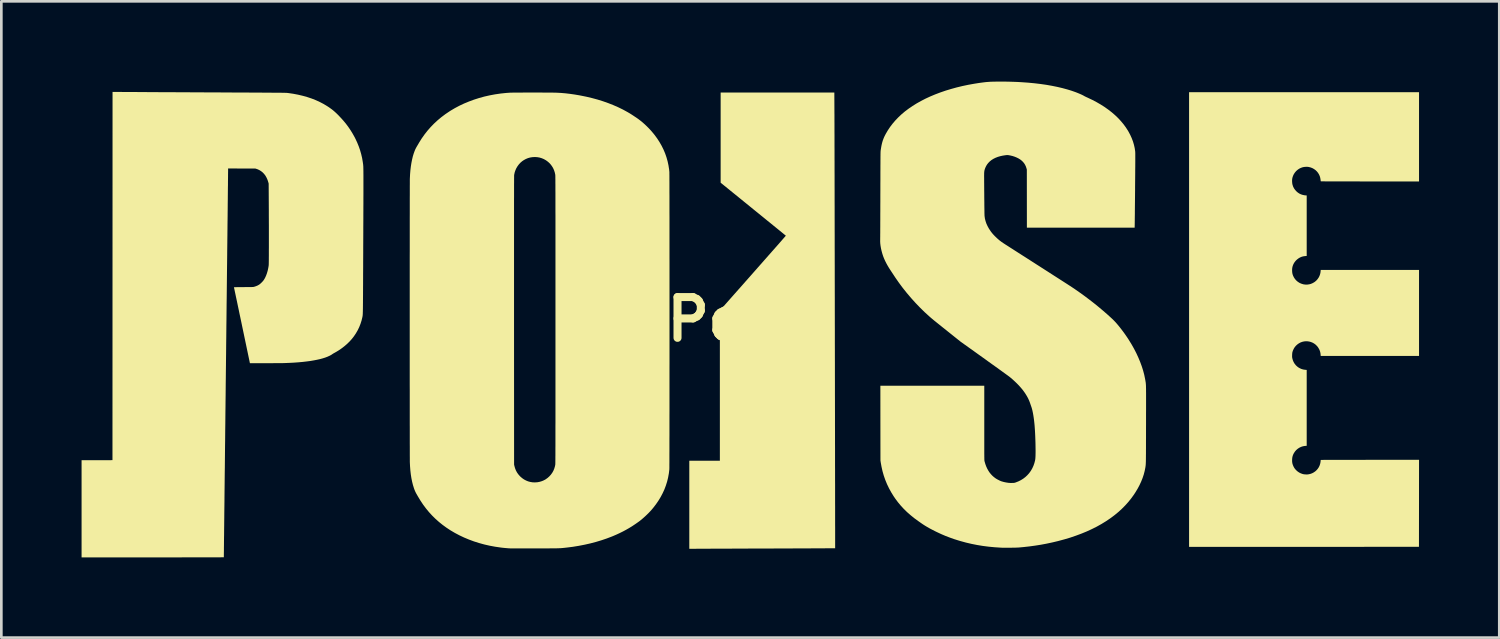
<source format=kicad_pcb>
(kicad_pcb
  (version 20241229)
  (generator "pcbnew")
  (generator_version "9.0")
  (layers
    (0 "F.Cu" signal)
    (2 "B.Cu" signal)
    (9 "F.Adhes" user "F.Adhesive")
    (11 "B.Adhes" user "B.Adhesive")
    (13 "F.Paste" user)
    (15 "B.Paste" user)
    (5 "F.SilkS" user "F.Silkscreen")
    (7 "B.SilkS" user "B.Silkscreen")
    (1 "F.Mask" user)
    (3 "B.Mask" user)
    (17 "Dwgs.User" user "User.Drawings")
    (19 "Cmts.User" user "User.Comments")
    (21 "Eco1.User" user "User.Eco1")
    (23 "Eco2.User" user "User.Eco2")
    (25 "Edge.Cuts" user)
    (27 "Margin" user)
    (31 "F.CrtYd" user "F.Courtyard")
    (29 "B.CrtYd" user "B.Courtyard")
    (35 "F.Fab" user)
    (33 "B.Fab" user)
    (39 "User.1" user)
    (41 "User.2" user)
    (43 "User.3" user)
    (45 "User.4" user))
  (footprint "Poise"
    (layer "F.Cu")
    (at 25.003 8.892)
    (property "Reference" "Poise" (at 0 0 0) (layer "F.SilkS") (effects (font (size 1.524 1.524) (thickness 0.3))))
    (attr board_only exclude_from_pos_files exclude_from_bom)
    (fp_poly (pts (xy 3.145 -7.749) (xy 3.145 -7.712) (xy 3.146 -7.666) (xy 3.146 -7.611) (xy 3.146 -7.549) (xy 3.146 -7.477) (xy 3.146 -7.398) (xy 3.147 -7.311) (xy 3.147 -7.217) (xy 3.147 -7.114) (xy 3.147 -7.005) (xy 3.148 -6.888) (xy 3.148 -6.765) (xy 3.148 -6.635) (xy 3.148 -6.498) (xy 3.149 -6.355) (xy 3.149 -6.206) (xy 3.149 -6.051) (xy 3.15 -5.89) (xy 3.15 -5.723) (xy 3.15 -5.552) (xy 3.151 -5.375) (xy 3.151 -5.193) (xy 3.151 -5.006) (xy 3.152 -4.815) (xy 3.152 -4.619) (xy 3.152 -4.419) (xy 3.153 -4.215) (xy 3.153 -4.007) (xy 3.153 -3.796) (xy 3.154 -3.581) (xy 3.154 -3.363) (xy 3.155 -3.142) (xy 3.155 -2.918) (xy 3.155 -2.692) (xy 3.156 -2.462) (xy 3.156 -2.231) (xy 3.157 -1.998) (xy 3.157 -1.762) (xy 3.157 -1.525) (xy 3.158 -1.286) (xy 3.158 -1.047) (xy 3.159 -0.805) (xy 3.159 -0.563) (xy 3.159 -0.321) (xy 3.16 -0.077) (xy 3.16 0.166) (xy 3.161 0.41) (xy 3.161 0.654) (xy 3.161 0.897) (xy 3.162 1.14) (xy 3.162 1.383) (xy 3.163 1.625) (xy 3.163 1.865) (xy 3.163 2.105) (xy 3.164 2.343) (xy 3.164 2.58) (xy 3.164 2.815) (xy 3.165 3.048) (xy 3.165 3.278) (xy 3.166 3.507) (xy 3.166 3.733) (xy 3.166 3.956) (xy 3.167 4.176) (xy 3.167 4.393) (xy 3.167 4.607) (xy 3.168 4.817) (xy 3.168 5.024) (xy 3.168 5.227) (xy 3.168 5.426) (xy 3.169 5.62) (xy 3.169 5.81) (xy 3.169 5.995) (xy 3.17 6.176) (xy 3.17 6.351) (xy 3.17 6.522) (xy 3.17 6.687) (xy 3.17 6.846) (xy 3.171 6.999) (xy 3.171 7.147) (xy 3.171 7.288) (xy 3.171 7.423) (xy 3.171 7.551) (xy 3.171 7.673) (xy 3.172 7.787) (xy 3.172 7.895) (xy 3.172 7.995) (xy 3.172 8.087) (xy 3.172 8.172) (xy 3.172 8.249) (xy 3.172 8.318) (xy 3.172 8.378) (xy 3.172 8.43) (xy 3.172 8.474) (xy 3.172 8.508) (xy 3.172 8.533) (xy 3.172 8.549) (xy 3.172 8.556) (xy 3.172 8.556) (xy 3.167 8.556) (xy 3.153 8.556) (xy 3.129 8.557) (xy 3.097 8.557) (xy 3.056 8.557) (xy 3.007 8.557) (xy 2.951 8.558) (xy 2.886 8.558) (xy 2.814 8.558) (xy 2.736 8.559) (xy 2.65 8.559) (xy 2.558 8.56) (xy 2.46 8.56) (xy 2.357 8.56) (xy 2.247 8.561) (xy 2.133 8.561) (xy 2.013 8.562) (xy 1.889 8.562) (xy 1.761 8.563) (xy 1.628 8.563) (xy 1.492 8.564) (xy 1.352 8.564) (xy 1.209 8.564) (xy 1.064 8.565) (xy 0.915 8.565) (xy 0.86 8.566) (xy 0.707 8.566) (xy 0.554 8.567) (xy 0.403 8.567) (xy 0.254 8.568) (xy 0.106 8.568) (xy -0.039 8.568) (xy -0.182 8.569) (xy -0.321 8.569) (xy -0.458 8.57) (xy -0.59 8.57) (xy -0.718 8.571) (xy -0.842 8.571) (xy -0.961 8.572) (xy -1.075 8.572) (xy -1.183 8.572) (xy -1.284 8.573) (xy -1.38 8.573) (xy -1.469 8.573) (xy -1.55 8.574) (xy -1.625 8.574) (xy -1.691 8.574) (xy -1.749 8.575) (xy -1.798 8.575) (xy -1.839 8.575) (xy -1.866 8.575) (xy -2.281 8.577) (xy -2.281 5.284) (xy -1.138 5.284) (xy -1.138 -0.332) (xy 0.097 -1.729) (xy 0.185 -1.829) (xy 0.272 -1.928) (xy 0.357 -2.024) (xy 0.44 -2.118) (xy 0.521 -2.21) (xy 0.599 -2.298) (xy 0.674 -2.384) (xy 0.747 -2.466) (xy 0.816 -2.545) (xy 0.882 -2.619) (xy 0.944 -2.69) (xy 1.003 -2.756) (xy 1.057 -2.818) (xy 1.107 -2.875) (xy 1.153 -2.927) (xy 1.193 -2.974) (xy 1.229 -3.015) (xy 1.26 -3.05) (xy 1.285 -3.079) (xy 1.305 -3.102) (xy 1.319 -3.118) (xy 1.327 -3.127) (xy 1.329 -3.13) (xy 1.325 -3.133) (xy 1.314 -3.142) (xy 1.296 -3.157) (xy 1.271 -3.177) (xy 1.24 -3.203) (xy 1.203 -3.233) (xy 1.16 -3.268) (xy 1.111 -3.308) (xy 1.057 -3.352) (xy 0.998 -3.4) (xy 0.934 -3.452) (xy 0.866 -3.507) (xy 0.794 -3.566) (xy 0.718 -3.628) (xy 0.638 -3.692) (xy 0.555 -3.76) (xy 0.469 -3.83) (xy 0.38 -3.902) (xy 0.289 -3.976) (xy 0.195 -4.052) (xy 0.109 -4.122) (xy -1.109 -5.111) (xy -1.109 -8.481) (xy 3.142 -8.481)) (stroke (width 0) (type solid)) (fill yes) (layer "F.SilkS"))
    (fp_poly (pts (xy 25.003 -5.158) (xy 23.165 -5.158) (xy 23.002 -5.158) (xy 22.85 -5.158) (xy 22.706 -5.159) (xy 22.571 -5.159) (xy 22.445 -5.159) (xy 22.327 -5.159) (xy 22.218 -5.159) (xy 22.116 -5.159) (xy 22.022 -5.159) (xy 21.935 -5.159) (xy 21.855 -5.159) (xy 21.782 -5.159) (xy 21.716 -5.16) (xy 21.656 -5.16) (xy 21.602 -5.16) (xy 21.553 -5.16) (xy 21.511 -5.16) (xy 21.473 -5.161) (xy 21.44 -5.161) (xy 21.412 -5.161) (xy 21.389 -5.162) (xy 21.37 -5.162) (xy 21.354 -5.163) (xy 21.342 -5.163) (xy 21.334 -5.164) (xy 21.329 -5.164) (xy 21.327 -5.165) (xy 21.327 -5.165) (xy 21.326 -5.172) (xy 21.325 -5.187) (xy 21.323 -5.206) (xy 21.321 -5.224) (xy 21.309 -5.295) (xy 21.289 -5.362) (xy 21.26 -5.425) (xy 21.224 -5.483) (xy 21.181 -5.535) (xy 21.132 -5.582) (xy 21.076 -5.622) (xy 21.015 -5.656) (xy 20.95 -5.681) (xy 20.88 -5.699) (xy 20.865 -5.701) (xy 20.828 -5.705) (xy 20.784 -5.705) (xy 20.739 -5.703) (xy 20.695 -5.697) (xy 20.657 -5.69) (xy 20.657 -5.69) (xy 20.589 -5.667) (xy 20.525 -5.636) (xy 20.466 -5.596) (xy 20.412 -5.549) (xy 20.405 -5.542) (xy 20.359 -5.487) (xy 20.321 -5.429) (xy 20.292 -5.367) (xy 20.27 -5.301) (xy 20.263 -5.267) (xy 20.258 -5.228) (xy 20.256 -5.184) (xy 20.258 -5.137) (xy 20.262 -5.091) (xy 20.269 -5.049) (xy 20.273 -5.033) (xy 20.296 -4.964) (xy 20.328 -4.901) (xy 20.369 -4.843) (xy 20.411 -4.795) (xy 20.465 -4.747) (xy 20.524 -4.707) (xy 20.588 -4.676) (xy 20.656 -4.654) (xy 20.728 -4.64) (xy 20.759 -4.637) (xy 20.803 -4.634) (xy 20.803 -2.374) (xy 20.788 -2.371) (xy 20.775 -2.37) (xy 20.757 -2.368) (xy 20.736 -2.367) (xy 20.734 -2.366) (xy 20.67 -2.357) (xy 20.608 -2.339) (xy 20.547 -2.312) (xy 20.491 -2.278) (xy 20.438 -2.237) (xy 20.39 -2.19) (xy 20.348 -2.137) (xy 20.313 -2.079) (xy 20.29 -2.027) (xy 20.275 -1.982) (xy 20.265 -1.939) (xy 20.259 -1.894) (xy 20.257 -1.844) (xy 20.258 -1.816) (xy 20.26 -1.774) (xy 20.264 -1.739) (xy 20.27 -1.707) (xy 20.279 -1.675) (xy 20.291 -1.641) (xy 20.292 -1.638) (xy 20.322 -1.576) (xy 20.36 -1.517) (xy 20.405 -1.464) (xy 20.457 -1.417) (xy 20.515 -1.377) (xy 20.554 -1.356) (xy 20.62 -1.329) (xy 20.688 -1.31) (xy 20.757 -1.302) (xy 20.827 -1.302) (xy 20.895 -1.311) (xy 20.962 -1.329) (xy 21.027 -1.357) (xy 21.089 -1.393) (xy 21.113 -1.41) (xy 21.165 -1.455) (xy 21.21 -1.506) (xy 21.249 -1.563) (xy 21.265 -1.592) (xy 21.287 -1.642) (xy 21.304 -1.691) (xy 21.316 -1.744) (xy 21.323 -1.802) (xy 21.324 -1.813) (xy 21.327 -1.85) (xy 25.003 -1.85) (xy 25.003 1.366) (xy 21.327 1.366) (xy 21.324 1.328) (xy 21.318 1.271) (xy 21.308 1.22) (xy 21.293 1.172) (xy 21.273 1.124) (xy 21.262 1.103) (xy 21.226 1.043) (xy 21.183 0.99) (xy 21.135 0.943) (xy 21.081 0.903) (xy 21.024 0.871) (xy 20.963 0.846) (xy 20.899 0.828) (xy 20.834 0.819) (xy 20.768 0.817) (xy 20.701 0.824) (xy 20.636 0.839) (xy 20.571 0.863) (xy 20.51 0.896) (xy 20.451 0.938) (xy 20.398 0.987) (xy 20.353 1.042) (xy 20.316 1.103) (xy 20.286 1.169) (xy 20.27 1.22) (xy 20.265 1.242) (xy 20.262 1.269) (xy 20.259 1.301) (xy 20.258 1.332) (xy 20.257 1.364) (xy 20.257 1.388) (xy 20.258 1.409) (xy 20.26 1.428) (xy 20.264 1.448) (xy 20.266 1.457) (xy 20.285 1.527) (xy 20.313 1.593) (xy 20.349 1.654) (xy 20.393 1.71) (xy 20.443 1.758) (xy 20.493 1.796) (xy 20.549 1.828) (xy 20.608 1.854) (xy 20.668 1.872) (xy 20.727 1.882) (xy 20.728 1.882) (xy 20.749 1.884) (xy 20.769 1.886) (xy 20.783 1.887) (xy 20.803 1.89) (xy 20.803 4.726) (xy 20.759 4.729) (xy 20.708 4.735) (xy 20.662 4.744) (xy 20.617 4.758) (xy 20.589 4.768) (xy 20.525 4.799) (xy 20.466 4.838) (xy 20.413 4.884) (xy 20.366 4.937) (xy 20.327 4.996) (xy 20.304 5.039) (xy 20.286 5.082) (xy 20.273 5.124) (xy 20.264 5.168) (xy 20.259 5.216) (xy 20.258 5.243) (xy 20.257 5.3) (xy 20.262 5.351) (xy 20.271 5.398) (xy 20.286 5.444) (xy 20.307 5.493) (xy 20.309 5.498) (xy 20.33 5.537) (xy 20.353 5.573) (xy 20.381 5.607) (xy 20.405 5.634) (xy 20.458 5.682) (xy 20.517 5.723) (xy 20.58 5.755) (xy 20.647 5.779) (xy 20.657 5.782) (xy 20.695 5.79) (xy 20.739 5.795) (xy 20.784 5.797) (xy 20.827 5.797) (xy 20.865 5.793) (xy 20.865 5.793) (xy 20.936 5.778) (xy 21.003 5.754) (xy 21.064 5.722) (xy 21.121 5.683) (xy 21.172 5.637) (xy 21.216 5.586) (xy 21.254 5.529) (xy 21.284 5.467) (xy 21.306 5.401) (xy 21.32 5.331) (xy 21.321 5.316) (xy 21.323 5.294) (xy 21.325 5.275) (xy 21.326 5.262) (xy 21.327 5.257) (xy 21.328 5.256) (xy 21.332 5.256) (xy 21.339 5.255) (xy 21.349 5.255) (xy 21.363 5.254) (xy 21.381 5.254) (xy 21.403 5.254) (xy 21.429 5.253) (xy 21.46 5.253) (xy 21.496 5.253) (xy 21.537 5.252) (xy 21.583 5.252) (xy 21.635 5.252) (xy 21.693 5.252) (xy 21.757 5.251) (xy 21.828 5.251) (xy 21.905 5.251) (xy 21.989 5.251) (xy 22.081 5.251) (xy 22.18 5.251) (xy 22.286 5.251) (xy 22.401 5.251) (xy 22.524 5.251) (xy 22.655 5.251) (xy 22.796 5.251) (xy 22.945 5.251) (xy 23.104 5.25) (xy 23.165 5.25) (xy 25.003 5.25) (xy 25.002 6.877) (xy 25 8.503) (xy 20.703 8.504) (xy 16.405 8.505) (xy 16.405 -8.496) (xy 25.003 -8.496)) (stroke (width 0) (type solid)) (fill yes) (layer "F.SilkS"))
    (fp_poly (pts (xy -23.42 -8.503) (xy -23.389 -8.503) (xy -23.348 -8.503) (xy -23.299 -8.503) (xy -23.24 -8.502) (xy -23.174 -8.502) (xy -23.099 -8.501) (xy -23.017 -8.501) (xy -22.928 -8.501) (xy -22.831 -8.5) (xy -22.728 -8.499) (xy -22.619 -8.499) (xy -22.504 -8.498) (xy -22.383 -8.498) (xy -22.257 -8.497) (xy -22.126 -8.496) (xy -21.991 -8.496) (xy -21.851 -8.495) (xy -21.708 -8.494) (xy -21.561 -8.494) (xy -21.411 -8.493) (xy -21.258 -8.492) (xy -21.103 -8.492) (xy -20.945 -8.491) (xy -20.786 -8.49) (xy -20.625 -8.489) (xy -20.463 -8.489) (xy -20.387 -8.488) (xy -20.182 -8.487) (xy -19.987 -8.487) (xy -19.801 -8.486) (xy -19.624 -8.485) (xy -19.455 -8.484) (xy -19.296 -8.483) (xy -19.144 -8.483) (xy -19.001 -8.482) (xy -18.866 -8.481) (xy -18.738 -8.481) (xy -18.617 -8.48) (xy -18.504 -8.48) (xy -18.397 -8.479) (xy -18.298 -8.479) (xy -18.205 -8.478) (xy -18.118 -8.478) (xy -18.037 -8.477) (xy -17.962 -8.477) (xy -17.892 -8.476) (xy -17.828 -8.476) (xy -17.769 -8.476) (xy -17.714 -8.475) (xy -17.665 -8.475) (xy -17.619 -8.474) (xy -17.578 -8.474) (xy -17.541 -8.474) (xy -17.508 -8.473) (xy -17.478 -8.473) (xy -17.451 -8.472) (xy -17.428 -8.472) (xy -17.407 -8.472) (xy -17.389 -8.471) (xy -17.373 -8.471) (xy -17.359 -8.47) (xy -17.347 -8.47) (xy -17.337 -8.469) (xy -17.328 -8.469) (xy -17.321 -8.468) (xy -17.314 -8.468) (xy -17.308 -8.467) (xy -17.303 -8.467) (xy -17.298 -8.466) (xy -17.293 -8.466) (xy -17.288 -8.465) (xy -17.287 -8.465) (xy -17.095 -8.437) (xy -16.911 -8.402) (xy -16.733 -8.36) (xy -16.562 -8.312) (xy -16.398 -8.257) (xy -16.241 -8.195) (xy -16.091 -8.126) (xy -15.948 -8.051) (xy -15.812 -7.968) (xy -15.798 -7.96) (xy -15.746 -7.925) (xy -15.697 -7.89) (xy -15.65 -7.856) (xy -15.605 -7.821) (xy -15.56 -7.783) (xy -15.516 -7.744) (xy -15.47 -7.701) (xy -15.422 -7.654) (xy -15.372 -7.602) (xy -15.317 -7.544) (xy -15.258 -7.479) (xy -15.236 -7.455) (xy -15.161 -7.367) (xy -15.085 -7.271) (xy -15.011 -7.169) (xy -14.94 -7.063) (xy -14.873 -6.954) (xy -14.811 -6.844) (xy -14.769 -6.764) (xy -14.701 -6.619) (xy -14.642 -6.474) (xy -14.591 -6.329) (xy -14.549 -6.182) (xy -14.514 -6.033) (xy -14.488 -5.879) (xy -14.474 -5.778) (xy -14.474 -5.769) (xy -14.473 -5.759) (xy -14.472 -5.747) (xy -14.471 -5.734) (xy -14.47 -5.718) (xy -14.469 -5.701) (xy -14.469 -5.681) (xy -14.468 -5.659) (xy -14.468 -5.634) (xy -14.467 -5.606) (xy -14.467 -5.575) (xy -14.466 -5.54) (xy -14.466 -5.501) (xy -14.466 -5.459) (xy -14.465 -5.412) (xy -14.465 -5.361) (xy -14.465 -5.306) (xy -14.465 -5.245) (xy -14.465 -5.18) (xy -14.465 -5.109) (xy -14.465 -5.032) (xy -14.465 -4.95) (xy -14.465 -4.862) (xy -14.465 -4.767) (xy -14.465 -4.666) (xy -14.466 -4.559) (xy -14.466 -4.444) (xy -14.466 -4.323) (xy -14.467 -4.193) (xy -14.467 -4.057) (xy -14.468 -3.912) (xy -14.468 -3.76) (xy -14.469 -3.599) (xy -14.47 -3.429) (xy -14.47 -3.251) (xy -14.471 -3.064) (xy -14.472 -2.867) (xy -14.473 -2.661) (xy -14.473 -2.659) (xy -14.473 -2.475) (xy -14.474 -2.3) (xy -14.475 -2.134) (xy -14.475 -1.977) (xy -14.476 -1.828) (xy -14.477 -1.689) (xy -14.477 -1.557) (xy -14.478 -1.433) (xy -14.478 -1.317) (xy -14.479 -1.208) (xy -14.479 -1.106) (xy -14.48 -1.011) (xy -14.48 -0.923) (xy -14.481 -0.841) (xy -14.481 -0.765) (xy -14.482 -0.695) (xy -14.482 -0.63) (xy -14.483 -0.571) (xy -14.483 -0.517) (xy -14.484 -0.468) (xy -14.484 -0.423) (xy -14.485 -0.382) (xy -14.486 -0.346) (xy -14.486 -0.313) (xy -14.487 -0.284) (xy -14.488 -0.258) (xy -14.488 -0.235) (xy -14.489 -0.215) (xy -14.49 -0.197) (xy -14.491 -0.182) (xy -14.492 -0.168) (xy -14.493 -0.156) (xy -14.494 -0.146) (xy -14.495 -0.136) (xy -14.496 -0.128) (xy -14.497 -0.121) (xy -14.499 -0.113) (xy -14.5 -0.106) (xy -14.502 -0.099) (xy -14.503 -0.092) (xy -14.504 -0.085) (xy -14.535 0.043) (xy -14.575 0.168) (xy -14.623 0.29) (xy -14.681 0.409) (xy -14.747 0.523) (xy -14.821 0.633) (xy -14.895 0.728) (xy -14.98 0.823) (xy -15.074 0.915) (xy -15.175 1.002) (xy -15.283 1.085) (xy -15.396 1.162) (xy -15.515 1.233) (xy -15.555 1.255) (xy -15.579 1.268) (xy -15.603 1.283) (xy -15.625 1.297) (xy -15.635 1.304) (xy -15.65 1.315) (xy -15.672 1.328) (xy -15.698 1.343) (xy -15.725 1.357) (xy -15.732 1.36) (xy -15.808 1.395) (xy -15.893 1.427) (xy -15.988 1.457) (xy -16.091 1.485) (xy -16.204 1.51) (xy -16.325 1.533) (xy -16.454 1.555) (xy -16.592 1.573) (xy -16.738 1.59) (xy -16.892 1.604) (xy -17.054 1.616) (xy -17.223 1.625) (xy -17.4 1.632) (xy -17.406 1.632) (xy -17.43 1.633) (xy -17.464 1.634) (xy -17.506 1.634) (xy -17.555 1.635) (xy -17.61 1.635) (xy -17.671 1.636) (xy -17.737 1.636) (xy -17.807 1.636) (xy -17.88 1.637) (xy -17.955 1.637) (xy -18.031 1.637) (xy -18.109 1.637) (xy -18.132 1.637) (xy -18.709 1.637) (xy -19.006 0.222) (xy -19.03 0.106) (xy -19.054 -0.007) (xy -19.077 -0.117) (xy -19.1 -0.223) (xy -19.121 -0.327) (xy -19.142 -0.426) (xy -19.162 -0.521) (xy -19.181 -0.612) (xy -19.199 -0.697) (xy -19.216 -0.777) (xy -19.232 -0.851) (xy -19.246 -0.92) (xy -19.259 -0.981) (xy -19.271 -1.036) (xy -19.281 -1.084) (xy -19.289 -1.124) (xy -19.296 -1.155) (xy -19.301 -1.179) (xy -19.304 -1.194) (xy -19.306 -1.2) (xy -19.306 -1.2) (xy -19.304 -1.201) (xy -19.298 -1.202) (xy -19.287 -1.203) (xy -19.27 -1.204) (xy -19.247 -1.204) (xy -19.218 -1.205) (xy -19.182 -1.206) (xy -19.138 -1.206) (xy -19.086 -1.207) (xy -19.026 -1.207) (xy -18.956 -1.207) (xy -18.95 -1.207) (xy -18.883 -1.208) (xy -18.824 -1.208) (xy -18.774 -1.208) (xy -18.731 -1.209) (xy -18.695 -1.209) (xy -18.665 -1.209) (xy -18.641 -1.21) (xy -18.621 -1.211) (xy -18.605 -1.211) (xy -18.592 -1.212) (xy -18.581 -1.213) (xy -18.572 -1.215) (xy -18.564 -1.217) (xy -18.556 -1.218) (xy -18.549 -1.22) (xy -18.487 -1.24) (xy -18.428 -1.264) (xy -18.375 -1.293) (xy -18.374 -1.294) (xy -18.343 -1.315) (xy -18.31 -1.343) (xy -18.276 -1.375) (xy -18.243 -1.409) (xy -18.213 -1.443) (xy -18.189 -1.476) (xy -18.188 -1.477) (xy -18.145 -1.549) (xy -18.108 -1.629) (xy -18.075 -1.717) (xy -18.047 -1.812) (xy -18.024 -1.916) (xy -18.01 -1.996) (xy -18.009 -2.004) (xy -18.008 -2.013) (xy -18.007 -2.024) (xy -18.006 -2.036) (xy -18.005 -2.051) (xy -18.005 -2.069) (xy -18.004 -2.09) (xy -18.004 -2.115) (xy -18.003 -2.144) (xy -18.003 -2.178) (xy -18.002 -2.218) (xy -18.002 -2.263) (xy -18.002 -2.315) (xy -18.001 -2.374) (xy -18.001 -2.44) (xy -18.001 -2.514) (xy -18.001 -2.596) (xy -18 -2.687) (xy -18 -2.751) (xy -18 -2.841) (xy -18 -2.939) (xy -18 -3.045) (xy -18 -3.156) (xy -18 -3.272) (xy -18 -3.391) (xy -18 -3.512) (xy -18.001 -3.634) (xy -18.001 -3.755) (xy -18.002 -3.875) (xy -18.002 -3.991) (xy -18.002 -4.103) (xy -18.003 -4.21) (xy -18.003 -4.265) (xy -18.008 -5.079) (xy -18.02 -5.122) (xy -18.04 -5.187) (xy -18.062 -5.245) (xy -18.088 -5.301) (xy -18.092 -5.309) (xy -18.132 -5.379) (xy -18.18 -5.441) (xy -18.233 -5.496) (xy -18.292 -5.543) (xy -18.357 -5.583) (xy -18.427 -5.615) (xy -18.463 -5.627) (xy -18.505 -5.64) (xy -19.525 -5.643) (xy -19.525 -5.587) (xy -19.525 -5.578) (xy -19.525 -5.56) (xy -19.525 -5.534) (xy -19.526 -5.498) (xy -19.526 -5.454) (xy -19.527 -5.401) (xy -19.527 -5.341) (xy -19.528 -5.273) (xy -19.529 -5.198) (xy -19.53 -5.116) (xy -19.53 -5.027) (xy -19.532 -4.932) (xy -19.533 -4.831) (xy -19.534 -4.724) (xy -19.535 -4.612) (xy -19.536 -4.494) (xy -19.538 -4.371) (xy -19.539 -4.244) (xy -19.54 -4.113) (xy -19.542 -3.978) (xy -19.543 -3.839) (xy -19.545 -3.696) (xy -19.547 -3.551) (xy -19.548 -3.402) (xy -19.55 -3.252) (xy -19.551 -3.13) (xy -19.553 -2.995) (xy -19.554 -2.854) (xy -19.556 -2.708) (xy -19.558 -2.556) (xy -19.559 -2.399) (xy -19.561 -2.237) (xy -19.563 -2.07) (xy -19.565 -1.899) (xy -19.567 -1.723) (xy -19.569 -1.543) (xy -19.571 -1.359) (xy -19.573 -1.171) (xy -19.575 -0.979) (xy -19.577 -0.785) (xy -19.58 -0.587) (xy -19.582 -0.386) (xy -19.584 -0.183) (xy -19.586 0.023) (xy -19.589 0.232) (xy -19.591 0.442) (xy -19.593 0.654) (xy -19.596 0.868) (xy -19.598 1.083) (xy -19.6 1.299) (xy -19.603 1.516) (xy -19.605 1.734) (xy -19.608 1.953) (xy -19.61 2.172) (xy -19.613 2.391) (xy -19.615 2.61) (xy -19.617 2.828) (xy -19.62 3.046) (xy -19.622 3.264) (xy -19.625 3.48) (xy -19.627 3.695) (xy -19.629 3.909) (xy -19.632 4.122) (xy -19.634 4.332) (xy -19.636 4.54) (xy -19.639 4.747) (xy -19.641 4.95) (xy -19.643 5.151) (xy -19.645 5.349) (xy -19.647 5.545) (xy -19.65 5.736) (xy -19.652 5.925) (xy -19.654 6.109) (xy -19.656 6.29) (xy -19.658 6.466) (xy -19.66 6.638) (xy -19.661 6.805) (xy -19.663 6.968) (xy -19.665 7.125) (xy -19.667 7.278) (xy -19.668 7.425) (xy -19.67 7.566) (xy -19.671 7.701) (xy -19.673 7.83) (xy -19.674 7.953) (xy -19.675 8.069) (xy -19.677 8.179) (xy -19.678 8.282) (xy -19.679 8.377) (xy -19.68 8.465) (xy -19.681 8.546) (xy -19.681 8.618) (xy -19.682 8.683) (xy -19.683 8.739) (xy -19.683 8.787) (xy -19.684 8.827) (xy -19.684 8.857) (xy -19.684 8.878) (xy -19.684 8.89) (xy -19.685 8.893) (xy -19.689 8.893) (xy -19.704 8.894) (xy -19.728 8.894) (xy -19.762 8.894) (xy -19.805 8.895) (xy -19.857 8.895) (xy -19.919 8.895) (xy -19.991 8.896) (xy -20.071 8.896) (xy -20.161 8.896) (xy -20.261 8.896) (xy -20.369 8.897) (xy -20.487 8.897) (xy -20.613 8.897) (xy -20.749 8.897) (xy -20.894 8.897) (xy -21.048 8.897) (xy -21.21 8.897) (xy -21.382 8.898) (xy -21.562 8.898) (xy -21.751 8.898) (xy -21.949 8.898) (xy -22.156 8.898) (xy -22.344 8.898) (xy -25.003 8.898) (xy -25.003 5.265) (xy -24.425 5.264) (xy -23.848 5.263) (xy -23.845 -8.506)) (stroke (width 0) (type solid)) (fill yes) (layer "F.SilkS"))
    (fp_poly (pts (xy -8.016 -8.481) (xy -7.934 -8.481) (xy -7.853 -8.481) (xy -7.774 -8.481) (xy -7.699 -8.48) (xy -7.626 -8.48) (xy -7.558 -8.48) (xy -7.494 -8.479) (xy -7.436 -8.479) (xy -7.383 -8.479) (xy -7.338 -8.478) (xy -7.299 -8.478) (xy -7.269 -8.477) (xy -7.248 -8.476) (xy -7.089 -8.468) (xy -6.923 -8.454) (xy -6.751 -8.434) (xy -6.575 -8.409) (xy -6.396 -8.379) (xy -6.214 -8.343) (xy -6.122 -8.324) (xy -5.912 -8.274) (xy -5.706 -8.218) (xy -5.505 -8.155) (xy -5.31 -8.086) (xy -5.12 -8.011) (xy -4.937 -7.931) (xy -4.761 -7.845) (xy -4.593 -7.753) (xy -4.524 -7.713) (xy -4.496 -7.696) (xy -4.461 -7.674) (xy -4.423 -7.65) (xy -4.382 -7.623) (xy -4.34 -7.595) (xy -4.299 -7.568) (xy -4.26 -7.542) (xy -4.225 -7.518) (xy -4.197 -7.498) (xy -4.187 -7.491) (xy -4.09 -7.417) (xy -3.992 -7.334) (xy -3.895 -7.245) (xy -3.8 -7.151) (xy -3.71 -7.054) (xy -3.626 -6.955) (xy -3.581 -6.899) (xy -3.483 -6.766) (xy -3.395 -6.63) (xy -3.316 -6.492) (xy -3.246 -6.351) (xy -3.185 -6.207) (xy -3.134 -6.06) (xy -3.092 -5.91) (xy -3.059 -5.757) (xy -3.035 -5.602) (xy -3.027 -5.519) (xy -3.026 -5.511) (xy -3.026 -5.494) (xy -3.026 -5.467) (xy -3.026 -5.432) (xy -3.025 -5.387) (xy -3.025 -5.335) (xy -3.025 -5.274) (xy -3.025 -5.204) (xy -3.024 -5.127) (xy -3.024 -5.043) (xy -3.024 -4.951) (xy -3.024 -4.852) (xy -3.024 -4.746) (xy -3.023 -4.634) (xy -3.023 -4.515) (xy -3.023 -4.39) (xy -3.023 -4.26) (xy -3.023 -4.123) (xy -3.023 -3.981) (xy -3.022 -3.834) (xy -3.022 -3.682) (xy -3.022 -3.525) (xy -3.022 -3.364) (xy -3.022 -3.198) (xy -3.022 -3.029) (xy -3.022 -2.855) (xy -3.022 -2.678) (xy -3.022 -2.498) (xy -3.022 -2.315) (xy -3.021 -2.129) (xy -3.021 -1.94) (xy -3.021 -1.749) (xy -3.021 -1.556) (xy -3.021 -1.36) (xy -3.021 -1.164) (xy -3.021 -0.965) (xy -3.021 -0.766) (xy -3.021 -0.566) (xy -3.021 -0.365) (xy -3.021 -0.163) (xy -3.021 0.039) (xy -3.021 0.241) (xy -3.021 0.442) (xy -3.021 0.643) (xy -3.021 0.844) (xy -3.021 1.043) (xy -3.021 1.241) (xy -3.021 1.438) (xy -3.021 1.634) (xy -3.022 1.827) (xy -3.022 2.018) (xy -3.022 2.207) (xy -3.022 2.393) (xy -3.022 2.577) (xy -3.022 2.757) (xy -3.022 2.934) (xy -3.022 3.108) (xy -3.022 3.277) (xy -3.022 3.443) (xy -3.023 3.605) (xy -3.023 3.762) (xy -3.023 3.914) (xy -3.023 4.061) (xy -3.023 4.204) (xy -3.023 4.34) (xy -3.024 4.472) (xy -3.024 4.597) (xy -3.024 4.716) (xy -3.024 4.828) (xy -3.024 4.935) (xy -3.025 5.034) (xy -3.025 5.126) (xy -3.025 5.211) (xy -3.025 5.288) (xy -3.025 5.358) (xy -3.026 5.419) (xy -3.026 5.472) (xy -3.026 5.517) (xy -3.026 5.553) (xy -3.027 5.58) (xy -3.027 5.598) (xy -3.027 5.606) (xy -3.027 5.607) (xy -3.046 5.763) (xy -3.074 5.916) (xy -3.111 6.067) (xy -3.158 6.215) (xy -3.213 6.36) (xy -3.279 6.503) (xy -3.353 6.643) (xy -3.437 6.781) (xy -3.53 6.916) (xy -3.632 7.048) (xy -3.697 7.125) (xy -3.745 7.178) (xy -3.799 7.235) (xy -3.858 7.293) (xy -3.92 7.352) (xy -3.983 7.409) (xy -4.046 7.464) (xy -4.106 7.513) (xy -4.127 7.53) (xy -4.152 7.549) (xy -4.184 7.572) (xy -4.221 7.598) (xy -4.261 7.626) (xy -4.303 7.655) (xy -4.346 7.684) (xy -4.388 7.712) (xy -4.427 7.738) (xy -4.434 7.742) (xy -4.536 7.804) (xy -4.646 7.867) (xy -4.762 7.929) (xy -4.883 7.989) (xy -5.006 8.046) (xy -5.129 8.099) (xy -5.183 8.121) (xy -5.373 8.193) (xy -5.571 8.26) (xy -5.774 8.321) (xy -5.984 8.376) (xy -6.197 8.424) (xy -6.414 8.466) (xy -6.633 8.502) (xy -6.854 8.53) (xy -6.89 8.534) (xy -6.919 8.537) (xy -6.946 8.54) (xy -6.97 8.543) (xy -6.994 8.545) (xy -7.016 8.547) (xy -7.038 8.549) (xy -7.06 8.551) (xy -7.083 8.553) (xy -7.107 8.554) (xy -7.132 8.555) (xy -7.16 8.556) (xy -7.19 8.557) (xy -7.223 8.558) (xy -7.26 8.559) (xy -7.3 8.559) (xy -7.346 8.56) (xy -7.396 8.56) (xy -7.452 8.56) (xy -7.515 8.561) (xy -7.583 8.561) (xy -7.659 8.561) (xy -7.742 8.561) (xy -7.834 8.561) (xy -7.934 8.561) (xy -8.043 8.561) (xy -8.069 8.561) (xy -8.163 8.561) (xy -8.254 8.561) (xy -8.342 8.561) (xy -8.426 8.561) (xy -8.507 8.561) (xy -8.584 8.561) (xy -8.656 8.561) (xy -8.722 8.561) (xy -8.783 8.561) (xy -8.837 8.561) (xy -8.884 8.561) (xy -8.925 8.561) (xy -8.957 8.561) (xy -8.981 8.561) (xy -8.996 8.56) (xy -9.002 8.56) (xy -9.04 8.558) (xy -9.085 8.554) (xy -9.136 8.55) (xy -9.189 8.545) (xy -9.242 8.54) (xy -9.293 8.534) (xy -9.334 8.529) (xy -9.541 8.499) (xy -9.745 8.461) (xy -9.946 8.415) (xy -10.142 8.361) (xy -10.334 8.3) (xy -10.52 8.231) (xy -10.702 8.155) (xy -10.878 8.072) (xy -11.048 7.982) (xy -11.211 7.886) (xy -11.358 7.789) (xy -11.504 7.683) (xy -11.642 7.572) (xy -11.773 7.455) (xy -11.897 7.333) (xy -12.015 7.204) (xy -12.126 7.069) (xy -12.232 6.927) (xy -12.332 6.777) (xy -12.428 6.618) (xy -12.444 6.59) (xy -12.458 6.566) (xy -12.473 6.539) (xy -12.487 6.515) (xy -12.489 6.513) (xy -12.511 6.47) (xy -12.535 6.419) (xy -12.558 6.363) (xy -12.577 6.309) (xy -12.613 6.193) (xy -12.644 6.07) (xy -12.671 5.938) (xy -12.693 5.798) (xy -12.71 5.65) (xy -12.722 5.494) (xy -12.729 5.357) (xy -12.729 5.346) (xy -12.73 5.325) (xy -12.73 5.294) (xy -12.73 5.255) (xy -12.73 5.208) (xy -12.73 5.151) (xy -12.731 5.087) (xy -12.731 5.014) (xy -12.731 4.934) (xy -12.731 4.846) (xy -12.731 4.752) (xy -12.732 4.65) (xy -12.732 4.541) (xy -12.732 4.426) (xy -12.732 4.305) (xy -12.732 4.177) (xy -12.732 4.044) (xy -12.733 3.905) (xy -12.733 3.761) (xy -12.733 3.612) (xy -12.733 3.458) (xy -12.733 3.3) (xy -12.733 3.138) (xy -12.733 2.971) (xy -12.733 2.8) (xy -12.733 2.626) (xy -12.734 2.449) (xy -12.734 2.269) (xy -12.734 2.085) (xy -12.734 1.899) (xy -12.734 1.711) (xy -12.734 1.521) (xy -12.734 1.329) (xy -12.734 1.135) (xy -12.734 0.94) (xy -12.734 0.744) (xy -12.734 0.547) (xy -12.734 0.349) (xy -12.734 0.151) (xy -12.734 -0.047) (xy -12.734 -0.245) (xy -12.734 -0.443) (xy -12.734 -0.64) (xy -12.734 -0.836) (xy -12.734 -1.032) (xy -12.734 -1.226) (xy -12.734 -1.418) (xy -12.734 -1.608) (xy -12.734 -1.797) (xy -12.734 -1.983) (xy -12.734 -2.166) (xy -12.734 -2.347) (xy -12.733 -2.524) (xy -12.733 -2.684) (xy -8.834 -2.684) (xy -8.834 -2.483) (xy -8.834 -2.273) (xy -8.834 -2.055) (xy -8.834 -1.828) (xy -8.834 -1.592) (xy -8.834 -1.348) (xy -8.834 -1.094) (xy -8.834 -0.831) (xy -8.834 -0.559) (xy -8.834 -0.278) (xy -8.834 0.014) (xy -8.834 0.036) (xy -8.832 5.427) (xy -8.821 5.476) (xy -8.797 5.562) (xy -8.766 5.642) (xy -8.727 5.716) (xy -8.68 5.785) (xy -8.625 5.849) (xy -8.599 5.876) (xy -8.533 5.933) (xy -8.462 5.983) (xy -8.387 6.023) (xy -8.309 6.055) (xy -8.228 6.077) (xy -8.144 6.091) (xy -8.058 6.095) (xy -7.97 6.089) (xy -7.958 6.088) (xy -7.887 6.075) (xy -7.815 6.055) (xy -7.747 6.029) (xy -7.683 5.997) (xy -7.653 5.98) (xy -7.579 5.927) (xy -7.514 5.869) (xy -7.456 5.805) (xy -7.406 5.736) (xy -7.364 5.662) (xy -7.331 5.583) (xy -7.306 5.5) (xy -7.292 5.433) (xy -7.292 5.43) (xy -7.292 5.426) (xy -7.291 5.42) (xy -7.291 5.413) (xy -7.291 5.403) (xy -7.29 5.392) (xy -7.29 5.379) (xy -7.29 5.363) (xy -7.289 5.345) (xy -7.289 5.324) (xy -7.289 5.301) (xy -7.289 5.274) (xy -7.288 5.245) (xy -7.288 5.212) (xy -7.288 5.175) (xy -7.288 5.136) (xy -7.287 5.092) (xy -7.287 5.044) (xy -7.287 4.992) (xy -7.287 4.936) (xy -7.287 4.875) (xy -7.287 4.81) (xy -7.286 4.74) (xy -7.286 4.665) (xy -7.286 4.585) (xy -7.286 4.5) (xy -7.286 4.409) (xy -7.286 4.313) (xy -7.286 4.211) (xy -7.286 4.102) (xy -7.286 3.988) (xy -7.285 3.868) (xy -7.285 3.741) (xy -7.285 3.607) (xy -7.285 3.467) (xy -7.285 3.32) (xy -7.285 3.165) (xy -7.285 3.004) (xy -7.285 2.834) (xy -7.285 2.658) (xy -7.285 2.473) (xy -7.285 2.281) (xy -7.285 2.08) (xy -7.285 1.872) (xy -7.285 1.654) (xy -7.285 1.428) (xy -7.285 1.194) (xy -7.285 0.95) (xy -7.285 0.698) (xy -7.285 0.436) (xy -7.285 0.165) (xy -7.285 0.012) (xy -7.285 -0.264) (xy -7.285 -0.531) (xy -7.285 -0.789) (xy -7.285 -1.037) (xy -7.285 -1.277) (xy -7.285 -1.507) (xy -7.285 -1.729) (xy -7.285 -1.943) (xy -7.285 -2.148) (xy -7.285 -2.345) (xy -7.285 -2.533) (xy -7.285 -2.714) (xy -7.285 -2.887) (xy -7.285 -3.053) (xy -7.285 -3.211) (xy -7.285 -3.363) (xy -7.285 -3.507) (xy -7.285 -3.644) (xy -7.285 -3.774) (xy -7.285 -3.898) (xy -7.286 -4.016) (xy -7.286 -4.127) (xy -7.286 -4.233) (xy -7.286 -4.332) (xy -7.286 -4.426) (xy -7.286 -4.514) (xy -7.286 -4.597) (xy -7.286 -4.675) (xy -7.286 -4.748) (xy -7.287 -4.816) (xy -7.287 -4.879) (xy -7.287 -4.937) (xy -7.287 -4.991) (xy -7.287 -5.041) (xy -7.288 -5.087) (xy -7.288 -5.129) (xy -7.288 -5.168) (xy -7.288 -5.202) (xy -7.288 -5.234) (xy -7.289 -5.262) (xy -7.289 -5.287) (xy -7.289 -5.309) (xy -7.289 -5.329) (xy -7.29 -5.346) (xy -7.29 -5.361) (xy -7.29 -5.373) (xy -7.291 -5.383) (xy -7.291 -5.392) (xy -7.291 -5.399) (xy -7.292 -5.404) (xy -7.292 -5.408) (xy -7.292 -5.409) (xy -7.311 -5.496) (xy -7.338 -5.579) (xy -7.373 -5.657) (xy -7.417 -5.73) (xy -7.468 -5.798) (xy -7.527 -5.86) (xy -7.593 -5.915) (xy -7.641 -5.949) (xy -7.716 -5.992) (xy -7.794 -6.025) (xy -7.875 -6.05) (xy -7.959 -6.065) (xy -8.047 -6.071) (xy -8.06 -6.071) (xy -8.148 -6.066) (xy -8.232 -6.053) (xy -8.314 -6.03) (xy -8.393 -5.997) (xy -8.468 -5.956) (xy -8.53 -5.914) (xy -8.593 -5.86) (xy -8.651 -5.798) (xy -8.701 -5.731) (xy -8.745 -5.659) (xy -8.78 -5.582) (xy -8.808 -5.502) (xy -8.826 -5.419) (xy -8.83 -5.396) (xy -8.83 -5.391) (xy -8.83 -5.382) (xy -8.831 -5.368) (xy -8.831 -5.348) (xy -8.831 -5.324) (xy -8.831 -5.294) (xy -8.832 -5.259) (xy -8.832 -5.218) (xy -8.832 -5.172) (xy -8.832 -5.12) (xy -8.833 -5.062) (xy -8.833 -4.999) (xy -8.833 -4.929) (xy -8.833 -4.852) (xy -8.833 -4.77) (xy -8.833 -4.681) (xy -8.833 -4.585) (xy -8.834 -4.483) (xy -8.834 -4.373) (xy -8.834 -4.257) (xy -8.834 -4.134) (xy -8.834 -4.003) (xy -8.834 -3.865) (xy -8.834 -3.72) (xy -8.834 -3.567) (xy -8.834 -3.406) (xy -8.834 -3.238) (xy -8.834 -3.061) (xy -8.834 -2.877) (xy -8.834 -2.684) (xy -12.733 -2.684) (xy -12.733 -2.699) (xy -12.733 -2.87) (xy -12.733 -3.037) (xy -12.733 -3.2) (xy -12.733 -3.358) (xy -12.733 -3.512) (xy -12.733 -3.662) (xy -12.733 -3.806) (xy -12.732 -3.945) (xy -12.732 -4.079) (xy -12.732 -4.207) (xy -12.732 -4.329) (xy -12.732 -4.445) (xy -12.732 -4.554) (xy -12.731 -4.656) (xy -12.731 -4.752) (xy -12.731 -4.84) (xy -12.731 -4.921) (xy -12.731 -4.994) (xy -12.73 -5.059) (xy -12.73 -5.116) (xy -12.73 -5.164) (xy -12.73 -5.204) (xy -12.73 -5.235) (xy -12.729 -5.257) (xy -12.729 -5.269) (xy -12.729 -5.27) (xy -12.721 -5.426) (xy -12.709 -5.575) (xy -12.692 -5.716) (xy -12.671 -5.85) (xy -12.646 -5.976) (xy -12.618 -6.094) (xy -12.585 -6.203) (xy -12.548 -6.304) (xy -12.523 -6.363) (xy -12.517 -6.375) (xy -12.51 -6.389) (xy -12.502 -6.404) (xy -12.492 -6.423) (xy -12.479 -6.447) (xy -12.462 -6.475) (xy -12.443 -6.508) (xy -12.419 -6.548) (xy -12.391 -6.596) (xy -12.385 -6.607) (xy -12.288 -6.762) (xy -12.184 -6.91) (xy -12.072 -7.053) (xy -11.952 -7.19) (xy -11.825 -7.321) (xy -11.691 -7.445) (xy -11.549 -7.563) (xy -11.4 -7.675) (xy -11.244 -7.78) (xy -11.21 -7.802) (xy -11.046 -7.899) (xy -10.877 -7.989) (xy -10.701 -8.072) (xy -10.519 -8.147) (xy -10.332 -8.216) (xy -10.141 -8.277) (xy -9.946 -8.331) (xy -9.748 -8.376) (xy -9.546 -8.414) (xy -9.342 -8.444) (xy -9.136 -8.466) (xy -8.993 -8.476) (xy -8.977 -8.477) (xy -8.951 -8.477) (xy -8.918 -8.478) (xy -8.876 -8.479) (xy -8.828 -8.479) (xy -8.773 -8.479) (xy -8.713 -8.48) (xy -8.647 -8.48) (xy -8.577 -8.48) (xy -8.503 -8.481) (xy -8.426 -8.481) (xy -8.346 -8.481) (xy -8.265 -8.481) (xy -8.182 -8.481) (xy -8.099 -8.481)) (stroke (width 0) (type solid)) (fill yes) (layer "F.SilkS"))
    (fp_poly (pts (xy 9.514 -8.891) (xy 9.677 -8.888) (xy 9.84 -8.883) (xy 10 -8.877) (xy 10.152 -8.868) (xy 10.391 -8.851) (xy 10.622 -8.829) (xy 10.847 -8.802) (xy 11.065 -8.771) (xy 11.275 -8.734) (xy 11.478 -8.693) (xy 11.673 -8.647) (xy 11.86 -8.596) (xy 11.991 -8.556) (xy 12.05 -8.536) (xy 12.11 -8.515) (xy 12.171 -8.493) (xy 12.23 -8.47) (xy 12.288 -8.446) (xy 12.342 -8.423) (xy 12.391 -8.401) (xy 12.434 -8.38) (xy 12.471 -8.36) (xy 12.493 -8.347) (xy 12.503 -8.342) (xy 12.52 -8.333) (xy 12.543 -8.322) (xy 12.57 -8.309) (xy 12.6 -8.296) (xy 12.614 -8.289) (xy 12.783 -8.209) (xy 12.945 -8.124) (xy 13.099 -8.035) (xy 13.246 -7.941) (xy 13.385 -7.843) (xy 13.515 -7.742) (xy 13.638 -7.636) (xy 13.752 -7.527) (xy 13.857 -7.413) (xy 13.954 -7.297) (xy 14.042 -7.177) (xy 14.121 -7.054) (xy 14.138 -7.024) (xy 14.204 -6.901) (xy 14.26 -6.778) (xy 14.307 -6.654) (xy 14.344 -6.529) (xy 14.372 -6.405) (xy 14.389 -6.292) (xy 14.39 -6.284) (xy 14.39 -6.276) (xy 14.391 -6.267) (xy 14.392 -6.257) (xy 14.392 -6.246) (xy 14.393 -6.232) (xy 14.393 -6.217) (xy 14.394 -6.199) (xy 14.394 -6.178) (xy 14.394 -6.154) (xy 14.394 -6.126) (xy 14.394 -6.094) (xy 14.394 -6.058) (xy 14.394 -6.017) (xy 14.394 -5.971) (xy 14.394 -5.919) (xy 14.394 -5.862) (xy 14.393 -5.798) (xy 14.393 -5.728) (xy 14.392 -5.651) (xy 14.391 -5.566) (xy 14.391 -5.474) (xy 14.39 -5.374) (xy 14.389 -5.265) (xy 14.388 -5.148) (xy 14.387 -5.022) (xy 14.386 -4.952) (xy 14.386 -4.84) (xy 14.385 -4.73) (xy 14.384 -4.621) (xy 14.383 -4.516) (xy 14.382 -4.413) (xy 14.381 -4.314) (xy 14.38 -4.219) (xy 14.379 -4.129) (xy 14.378 -4.043) (xy 14.378 -3.963) (xy 14.377 -3.888) (xy 14.376 -3.819) (xy 14.375 -3.758) (xy 14.375 -3.703) (xy 14.374 -3.656) (xy 14.374 -3.617) (xy 14.373 -3.586) (xy 14.373 -3.565) (xy 14.373 -3.556) (xy 14.37 -3.429) (xy 10.341 -3.429) (xy 10.34 -4.515) (xy 10.339 -5.602) (xy 10.326 -5.648) (xy 10.303 -5.718) (xy 10.273 -5.781) (xy 10.237 -5.839) (xy 10.192 -5.892) (xy 10.148 -5.935) (xy 10.093 -5.978) (xy 10.03 -6.017) (xy 9.96 -6.052) (xy 9.884 -6.083) (xy 9.804 -6.109) (xy 9.719 -6.129) (xy 9.677 -6.137) (xy 9.652 -6.141) (xy 9.632 -6.144) (xy 9.616 -6.145) (xy 9.599 -6.145) (xy 9.579 -6.143) (xy 9.553 -6.14) (xy 9.549 -6.14) (xy 9.443 -6.124) (xy 9.343 -6.102) (xy 9.251 -6.075) (xy 9.165 -6.041) (xy 9.087 -6.002) (xy 9.016 -5.957) (xy 8.953 -5.906) (xy 8.898 -5.85) (xy 8.858 -5.8) (xy 8.836 -5.766) (xy 8.813 -5.725) (xy 8.793 -5.683) (xy 8.776 -5.642) (xy 8.772 -5.628) (xy 8.764 -5.605) (xy 8.758 -5.584) (xy 8.753 -5.563) (xy 8.75 -5.543) (xy 8.747 -5.521) (xy 8.745 -5.496) (xy 8.743 -5.466) (xy 8.743 -5.431) (xy 8.742 -5.389) (xy 8.742 -5.339) (xy 8.742 -5.333) (xy 8.743 -5.272) (xy 8.743 -5.207) (xy 8.743 -5.138) (xy 8.744 -5.065) (xy 8.744 -4.99) (xy 8.745 -4.912) (xy 8.745 -4.833) (xy 8.746 -4.753) (xy 8.747 -4.673) (xy 8.747 -4.593) (xy 8.748 -4.514) (xy 8.749 -4.436) (xy 8.75 -4.361) (xy 8.75 -4.289) (xy 8.751 -4.221) (xy 8.752 -4.156) (xy 8.753 -4.097) (xy 8.754 -4.043) (xy 8.754 -3.994) (xy 8.755 -3.953) (xy 8.756 -3.919) (xy 8.757 -3.893) (xy 8.757 -3.875) (xy 8.758 -3.868) (xy 8.771 -3.772) (xy 8.795 -3.677) (xy 8.827 -3.582) (xy 8.87 -3.488) (xy 8.921 -3.395) (xy 8.982 -3.303) (xy 9.007 -3.269) (xy 9.028 -3.242) (xy 9.048 -3.217) (xy 9.069 -3.193) (xy 9.09 -3.169) (xy 9.116 -3.142) (xy 9.146 -3.11) (xy 9.154 -3.103) (xy 9.231 -3.029) (xy 9.309 -2.961) (xy 9.39 -2.899) (xy 9.479 -2.839) (xy 9.487 -2.833) (xy 9.504 -2.823) (xy 9.528 -2.807) (xy 9.559 -2.787) (xy 9.597 -2.763) (xy 9.641 -2.735) (xy 9.692 -2.702) (xy 9.748 -2.666) (xy 9.81 -2.627) (xy 9.876 -2.584) (xy 9.948 -2.538) (xy 10.023 -2.49) (xy 10.103 -2.439) (xy 10.187 -2.385) (xy 10.274 -2.33) (xy 10.364 -2.272) (xy 10.456 -2.213) (xy 10.551 -2.152) (xy 10.648 -2.09) (xy 10.704 -2.054) (xy 10.803 -1.991) (xy 10.899 -1.929) (xy 10.994 -1.868) (xy 11.087 -1.809) (xy 11.177 -1.751) (xy 11.264 -1.695) (xy 11.348 -1.641) (xy 11.428 -1.59) (xy 11.504 -1.541) (xy 11.576 -1.495) (xy 11.643 -1.452) (xy 11.704 -1.413) (xy 11.761 -1.376) (xy 11.811 -1.344) (xy 11.855 -1.316) (xy 11.893 -1.291) (xy 11.924 -1.271) (xy 11.948 -1.256) (xy 11.964 -1.246) (xy 11.969 -1.243) (xy 12.147 -1.123) (xy 12.326 -0.998) (xy 12.505 -0.869) (xy 12.681 -0.736) (xy 12.855 -0.601) (xy 13.024 -0.464) (xy 13.188 -0.326) (xy 13.346 -0.189) (xy 13.496 -0.053) (xy 13.559 0.006) (xy 13.603 0.051) (xy 13.652 0.102) (xy 13.704 0.161) (xy 13.758 0.225) (xy 13.814 0.294) (xy 13.871 0.367) (xy 13.928 0.442) (xy 13.985 0.52) (xy 14.04 0.598) (xy 14.094 0.677) (xy 14.145 0.755) (xy 14.153 0.768) (xy 14.254 0.932) (xy 14.347 1.097) (xy 14.432 1.262) (xy 14.508 1.427) (xy 14.576 1.59) (xy 14.636 1.753) (xy 14.687 1.913) (xy 14.729 2.072) (xy 14.761 2.229) (xy 14.768 2.266) (xy 14.771 2.283) (xy 14.774 2.299) (xy 14.776 2.314) (xy 14.778 2.328) (xy 14.781 2.342) (xy 14.783 2.356) (xy 14.785 2.37) (xy 14.786 2.385) (xy 14.788 2.401) (xy 14.789 2.418) (xy 14.791 2.437) (xy 14.792 2.459) (xy 14.793 2.483) (xy 14.794 2.51) (xy 14.794 2.539) (xy 14.795 2.573) (xy 14.796 2.61) (xy 14.796 2.652) (xy 14.796 2.699) (xy 14.797 2.75) (xy 14.797 2.807) (xy 14.797 2.869) (xy 14.797 2.937) (xy 14.797 3.012) (xy 14.797 3.094) (xy 14.797 3.183) (xy 14.797 3.279) (xy 14.797 3.383) (xy 14.796 3.495) (xy 14.796 3.616) (xy 14.796 3.745) (xy 14.796 3.884) (xy 14.796 3.923) (xy 14.795 4.065) (xy 14.795 4.197) (xy 14.795 4.32) (xy 14.795 4.434) (xy 14.794 4.54) (xy 14.794 4.638) (xy 14.794 4.729) (xy 14.794 4.812) (xy 14.793 4.889) (xy 14.793 4.958) (xy 14.793 5.022) (xy 14.792 5.08) (xy 14.792 5.132) (xy 14.791 5.18) (xy 14.791 5.222) (xy 14.79 5.26) (xy 14.79 5.294) (xy 14.789 5.324) (xy 14.788 5.351) (xy 14.787 5.375) (xy 14.786 5.396) (xy 14.785 5.415) (xy 14.784 5.432) (xy 14.783 5.447) (xy 14.781 5.461) (xy 14.78 5.474) (xy 14.778 5.486) (xy 14.776 5.499) (xy 14.775 5.511) (xy 14.773 5.524) (xy 14.771 5.536) (xy 14.745 5.666) (xy 14.711 5.798) (xy 14.667 5.93) (xy 14.614 6.063) (xy 14.552 6.197) (xy 14.481 6.33) (xy 14.401 6.463) (xy 14.345 6.549) (xy 14.243 6.69) (xy 14.133 6.827) (xy 14.014 6.959) (xy 13.887 7.087) (xy 13.752 7.209) (xy 13.608 7.327) (xy 13.457 7.439) (xy 13.297 7.547) (xy 13.129 7.65) (xy 12.954 7.748) (xy 12.77 7.84) (xy 12.579 7.928) (xy 12.379 8.01) (xy 12.172 8.087) (xy 11.958 8.16) (xy 11.735 8.226) (xy 11.505 8.288) (xy 11.501 8.289) (xy 11.291 8.339) (xy 11.08 8.384) (xy 10.868 8.424) (xy 10.652 8.458) (xy 10.432 8.488) (xy 10.206 8.513) (xy 10.043 8.528) (xy 10.016 8.53) (xy 9.98 8.531) (xy 9.937 8.533) (xy 9.888 8.534) (xy 9.835 8.535) (xy 9.779 8.536) (xy 9.721 8.537) (xy 9.662 8.537) (xy 9.604 8.538) (xy 9.548 8.537) (xy 9.496 8.537) (xy 9.448 8.537) (xy 9.407 8.536) (xy 9.372 8.534) (xy 9.368 8.534) (xy 9.138 8.519) (xy 8.914 8.498) (xy 8.696 8.47) (xy 8.482 8.435) (xy 8.271 8.393) (xy 8.062 8.344) (xy 7.854 8.287) (xy 7.784 8.266) (xy 7.615 8.213) (xy 7.453 8.155) (xy 7.294 8.094) (xy 7.137 8.027) (xy 6.979 7.953) (xy 6.919 7.924) (xy 6.809 7.868) (xy 6.708 7.815) (xy 6.615 7.762) (xy 6.53 7.711) (xy 6.452 7.661) (xy 6.4 7.625) (xy 6.377 7.61) (xy 6.35 7.59) (xy 6.32 7.569) (xy 6.29 7.548) (xy 6.275 7.538) (xy 6.128 7.43) (xy 5.991 7.319) (xy 5.861 7.205) (xy 5.74 7.087) (xy 5.627 6.964) (xy 5.521 6.837) (xy 5.422 6.704) (xy 5.359 6.612) (xy 5.267 6.463) (xy 5.185 6.313) (xy 5.111 6.159) (xy 5.047 6.003) (xy 4.991 5.843) (xy 4.944 5.679) (xy 4.906 5.51) (xy 4.876 5.343) (xy 4.866 5.272) (xy 4.864 3.876) (xy 4.863 2.48) (xy 8.748 2.48) (xy 8.748 4.01) (xy 8.748 4.139) (xy 8.748 4.258) (xy 8.748 4.368) (xy 8.748 4.47) (xy 8.748 4.564) (xy 8.748 4.651) (xy 8.748 4.73) (xy 8.748 4.802) (xy 8.748 4.868) (xy 8.748 4.927) (xy 8.748 4.98) (xy 8.748 5.028) (xy 8.749 5.07) (xy 8.749 5.108) (xy 8.749 5.141) (xy 8.75 5.169) (xy 8.75 5.194) (xy 8.75 5.215) (xy 8.751 5.233) (xy 8.751 5.248) (xy 8.752 5.26) (xy 8.752 5.271) (xy 8.753 5.279) (xy 8.754 5.286) (xy 8.755 5.291) (xy 8.755 5.296) (xy 8.756 5.3) (xy 8.757 5.304) (xy 8.758 5.305) (xy 8.787 5.406) (xy 8.822 5.502) (xy 8.851 5.565) (xy 8.862 5.588) (xy 8.877 5.614) (xy 8.893 5.643) (xy 8.91 5.671) (xy 8.927 5.697) (xy 8.941 5.718) (xy 8.947 5.727) (xy 8.999 5.79) (xy 9.05 5.844) (xy 9.104 5.892) (xy 9.161 5.935) (xy 9.176 5.946) (xy 9.209 5.966) (xy 9.246 5.987) (xy 9.287 6.008) (xy 9.327 6.028) (xy 9.364 6.044) (xy 9.396 6.056) (xy 9.397 6.056) (xy 9.478 6.079) (xy 9.563 6.097) (xy 9.648 6.11) (xy 9.731 6.116) (xy 9.81 6.115) (xy 9.812 6.115) (xy 9.841 6.114) (xy 9.864 6.111) (xy 9.883 6.108) (xy 9.901 6.103) (xy 9.923 6.096) (xy 9.925 6.095) (xy 10.024 6.056) (xy 10.116 6.01) (xy 10.203 5.956) (xy 10.283 5.895) (xy 10.356 5.827) (xy 10.423 5.753) (xy 10.482 5.672) (xy 10.495 5.652) (xy 10.544 5.566) (xy 10.586 5.474) (xy 10.62 5.377) (xy 10.646 5.278) (xy 10.652 5.246) (xy 10.656 5.218) (xy 10.659 5.182) (xy 10.662 5.137) (xy 10.664 5.086) (xy 10.665 5.027) (xy 10.666 4.963) (xy 10.666 4.894) (xy 10.665 4.821) (xy 10.664 4.745) (xy 10.663 4.666) (xy 10.661 4.585) (xy 10.658 4.503) (xy 10.655 4.42) (xy 10.652 4.339) (xy 10.648 4.258) (xy 10.644 4.18) (xy 10.639 4.104) (xy 10.634 4.033) (xy 10.629 3.965) (xy 10.623 3.903) (xy 10.622 3.892) (xy 10.61 3.78) (xy 10.596 3.675) (xy 10.581 3.578) (xy 10.565 3.489) (xy 10.548 3.409) (xy 10.53 3.338) (xy 10.511 3.276) (xy 10.5 3.246) (xy 10.491 3.219) (xy 10.48 3.188) (xy 10.469 3.156) (xy 10.462 3.134) (xy 10.428 3.043) (xy 10.385 2.949) (xy 10.333 2.855) (xy 10.274 2.76) (xy 10.207 2.666) (xy 10.17 2.618) (xy 10.109 2.546) (xy 10.042 2.471) (xy 9.969 2.396) (xy 9.892 2.322) (xy 9.814 2.25) (xy 9.736 2.183) (xy 9.68 2.138) (xy 9.668 2.129) (xy 9.649 2.115) (xy 9.622 2.095) (xy 9.588 2.071) (xy 9.547 2.041) (xy 9.499 2.006) (xy 9.443 1.966) (xy 9.382 1.921) (xy 9.313 1.872) (xy 9.239 1.818) (xy 9.158 1.76) (xy 9.071 1.698) (xy 8.979 1.632) (xy 8.881 1.562) (xy 8.778 1.487) (xy 8.669 1.409) (xy 8.555 1.328) (xy 8.437 1.243) (xy 8.356 1.185) (xy 7.864 0.834) (xy 7.377 0.445) (xy 7.301 0.383) (xy 7.231 0.328) (xy 7.168 0.278) (xy 7.112 0.232) (xy 7.061 0.192) (xy 7.015 0.155) (xy 6.975 0.123) (xy 6.939 0.094) (xy 6.907 0.068) (xy 6.878 0.045) (xy 6.853 0.024) (xy 6.83 0.005) (xy 6.81 -0.012) (xy 6.791 -0.027) (xy 6.774 -0.042) (xy 6.757 -0.056) (xy 6.741 -0.07) (xy 6.726 -0.083) (xy 6.709 -0.098) (xy 6.692 -0.113) (xy 6.689 -0.116) (xy 6.514 -0.275) (xy 6.342 -0.444) (xy 6.174 -0.619) (xy 6.01 -0.801) (xy 5.852 -0.987) (xy 5.7 -1.177) (xy 5.556 -1.371) (xy 5.421 -1.565) (xy 5.386 -1.618) (xy 5.362 -1.655) (xy 5.336 -1.694) (xy 5.309 -1.735) (xy 5.284 -1.773) (xy 5.261 -1.808) (xy 5.244 -1.833) (xy 5.183 -1.928) (xy 5.129 -2.019) (xy 5.082 -2.105) (xy 5.04 -2.189) (xy 5.003 -2.271) (xy 4.97 -2.354) (xy 4.942 -2.438) (xy 4.929 -2.482) (xy 4.904 -2.575) (xy 4.884 -2.666) (xy 4.869 -2.754) (xy 4.859 -2.839) (xy 4.855 -2.918) (xy 4.856 -2.989) (xy 4.856 -2.998) (xy 4.856 -3.017) (xy 4.856 -3.045) (xy 4.857 -3.081) (xy 4.857 -3.126) (xy 4.857 -3.178) (xy 4.858 -3.238) (xy 4.858 -3.305) (xy 4.858 -3.378) (xy 4.859 -3.458) (xy 4.859 -3.544) (xy 4.859 -3.635) (xy 4.86 -3.732) (xy 4.86 -3.833) (xy 4.86 -3.939) (xy 4.861 -4.049) (xy 4.861 -4.162) (xy 4.861 -4.279) (xy 4.862 -4.399) (xy 4.862 -4.521) (xy 4.862 -4.646) (xy 4.862 -4.652) (xy 4.863 -4.801) (xy 4.863 -4.94) (xy 4.863 -5.071) (xy 4.864 -5.192) (xy 4.864 -5.306) (xy 4.864 -5.411) (xy 4.864 -5.508) (xy 4.865 -5.598) (xy 4.865 -5.68) (xy 4.865 -5.756) (xy 4.866 -5.826) (xy 4.866 -5.889) (xy 4.866 -5.946) (xy 4.867 -5.997) (xy 4.867 -6.044) (xy 4.867 -6.085) (xy 4.868 -6.122) (xy 4.868 -6.154) (xy 4.868 -6.183) (xy 4.869 -6.208) (xy 4.869 -6.229) (xy 4.87 -6.247) (xy 4.87 -6.263) (xy 4.871 -6.276) (xy 4.872 -6.287) (xy 4.872 -6.297) (xy 4.873 -6.305) (xy 4.874 -6.311) (xy 4.874 -6.316) (xy 4.888 -6.405) (xy 4.902 -6.487) (xy 4.918 -6.561) (xy 4.936 -6.631) (xy 4.956 -6.696) (xy 4.98 -6.759) (xy 5.006 -6.822) (xy 5.037 -6.884) (xy 5.062 -6.932) (xy 5.14 -7.066) (xy 5.226 -7.195) (xy 5.321 -7.32) (xy 5.424 -7.44) (xy 5.535 -7.556) (xy 5.654 -7.668) (xy 5.782 -7.776) (xy 5.919 -7.879) (xy 6.065 -7.979) (xy 6.219 -8.075) (xy 6.381 -8.166) (xy 6.55 -8.253) (xy 6.727 -8.335) (xy 6.911 -8.412) (xy 7.103 -8.485) (xy 7.301 -8.553) (xy 7.506 -8.615) (xy 7.715 -8.673) (xy 7.93 -8.725) (xy 8.148 -8.771) (xy 8.371 -8.811) (xy 8.534 -8.837) (xy 8.611 -8.848) (xy 8.681 -8.857) (xy 8.744 -8.865) (xy 8.803 -8.872) (xy 8.861 -8.877) (xy 8.918 -8.881) (xy 8.976 -8.885) (xy 9.038 -8.887) (xy 9.105 -8.889) (xy 9.179 -8.89) (xy 9.2 -8.891) (xy 9.354 -8.892)) (stroke (width 0) (type solid)) (fill yes) (layer "F.SilkS")))
  (gr_rect
    (start -3 -3)
    (end 53.006 20.79)
    (stroke (width 0.1) (type default))
    (fill no)
    (layer "Edge.Cuts")))
</source>
